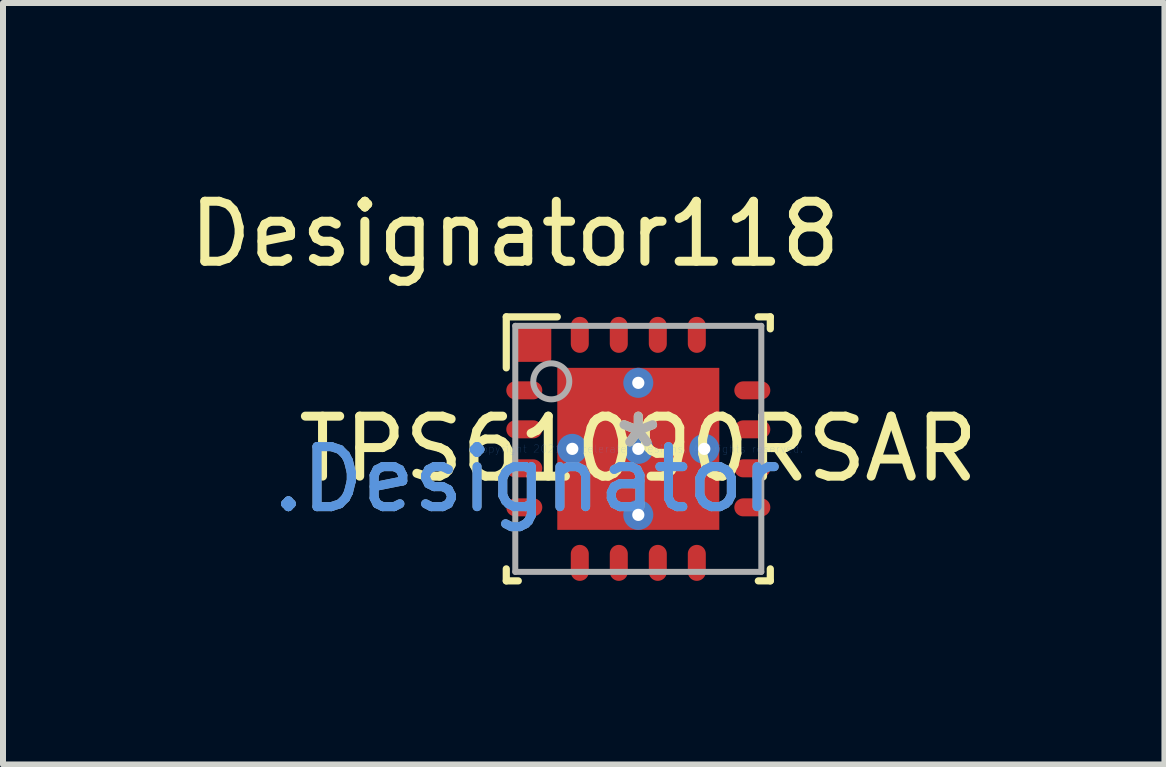
<source format=kicad_pcb>
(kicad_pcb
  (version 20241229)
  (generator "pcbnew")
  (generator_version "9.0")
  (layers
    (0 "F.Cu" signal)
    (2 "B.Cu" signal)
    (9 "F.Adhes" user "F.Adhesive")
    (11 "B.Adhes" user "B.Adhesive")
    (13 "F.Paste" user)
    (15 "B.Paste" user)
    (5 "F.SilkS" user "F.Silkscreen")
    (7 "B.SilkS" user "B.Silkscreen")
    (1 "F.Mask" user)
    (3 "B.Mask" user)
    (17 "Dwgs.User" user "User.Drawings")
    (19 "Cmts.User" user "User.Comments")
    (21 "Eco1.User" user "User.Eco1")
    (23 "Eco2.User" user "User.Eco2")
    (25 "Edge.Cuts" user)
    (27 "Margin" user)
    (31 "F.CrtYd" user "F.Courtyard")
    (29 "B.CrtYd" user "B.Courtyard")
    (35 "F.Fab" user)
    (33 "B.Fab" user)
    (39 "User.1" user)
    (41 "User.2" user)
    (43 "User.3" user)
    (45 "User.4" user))
  (footprint "TPS61090RSAR"
    (layer "F.Cu")
    (at 7.587 4.43)
    (property "Reference" "TPS61090RSAR" (at 0 0 0) (layer "F.SilkS") (effects (font (size 1 1) (thickness 0.15))))
    (attr through_hole)
    (fp_poly (pts (xy -2 -1.5) (xy -1.5 -1.5) (xy -1.5 -2) (xy -2 -2)) (stroke (width 0.1) (type solid)) (fill yes) (layer "F.Cu"))
    (fp_line (start -2.2 -2.2) (end -1.35 -2.2) (stroke (width 0.12) (type solid)) (layer "F.SilkS"))
    (fp_line (start -2.2 -1.35) (end -2.2 -2.2) (stroke (width 0.12) (type solid)) (layer "F.SilkS"))
    (fp_line (start -2.2 2.2) (end -2.2 2) (stroke (width 0.12) (type solid)) (layer "F.SilkS"))
    (fp_line (start -2.2 2.2) (end -2 2.2) (stroke (width 0.12) (type solid)) (layer "F.SilkS"))
    (fp_line (start 2 -2.2) (end 2.2 -2.2) (stroke (width 0.12) (type solid)) (layer "F.SilkS"))
    (fp_line (start 2 2.2) (end 2.2 2.2) (stroke (width 0.12) (type solid)) (layer "F.SilkS"))
    (fp_line (start 2.2 -2) (end 2.2 -2.2) (stroke (width 0.12) (type solid)) (layer "F.SilkS"))
    (fp_line (start 2.2 2.2) (end 2.2 2) (stroke (width 0.12) (type solid)) (layer "F.SilkS"))
    (fp_poly (pts (xy -0.1 -1.288) (xy -1.288 -1.288) (xy -1.288 -0.1) (xy -0.1 -0.1)) (stroke (width 0.1) (type solid)) (fill yes) (layer "F.Paste"))
    (fp_poly (pts (xy -0.1 0.1) (xy -1.288 0.1) (xy -1.288 1.288) (xy -0.1 1.288)) (stroke (width 0.1) (type solid)) (fill yes) (layer "F.Paste"))
    (fp_poly (pts (xy 0.1 -0.1) (xy 1.288 -0.1) (xy 1.288 -1.288) (xy 0.1 -1.288)) (stroke (width 0.1) (type solid)) (fill yes) (layer "F.Paste"))
    (fp_poly (pts (xy 0.1 1.288) (xy 1.288 1.288) (xy 1.288 0.1) (xy 0.1 0.1)) (stroke (width 0.1) (type solid)) (fill yes) (layer "F.Paste"))
    (fp_line (start -2.05 -2.05) (end 2.05 -2.05) (stroke (width 0.1) (type solid)) (layer "F.Fab"))
    (fp_line (start -2.05 2.05) (end -2.05 -2.05) (stroke (width 0.1) (type solid)) (layer "F.Fab"))
    (fp_line (start -2.05 2.05) (end 2.05 2.05) (stroke (width 0.1) (type solid)) (layer "F.Fab"))
    (fp_line (start 2.05 2.05) (end 2.05 -2.05) (stroke (width 0.1) (type solid)) (layer "F.Fab"))
    (fp_circle (center -1.45 -1.125) (end -1.15 -1.125) (stroke (width 0.1) (type solid)) (fill no) (layer "F.Fab"))
    (fp_text user "*" (at 0 0 0) (layer "F.SilkS") (effects (font (size 1 1) (thickness 0.15))))
    (fp_text user "Designator118" (at -2.057 -3.581 0) (layer "F.SilkS") (effects (font (size 1 1) (thickness 0.15))))
    (fp_text user "Copyright 2021 Accelerated Designs. All rights reserved." (at 0 0 0) (layer "Cmts.User") (effects (font (size 0.127 0.127) (thickness 0.002))))
    (fp_text user ".Designator" (at -1.854 0.508 0) (layer "Cmts.User") (effects (font (size 1 1) (thickness 0.15))))
    (fp_text user "*" (at 0 0 0) (layer "F.Fab") (effects (font (size 1 1) (thickness 0.15))))
    (fp_text user ".Designator" (at -1.854 0.508 0) (layer "F.Fab") (effects (font (size 1 1) (thickness 0.15))))
    (pad "1" smd oval (at -1.9 -0.975 90) (size 0.3 0.6) (layers "F.Cu" "F.Mask" "F.Paste"))
    (pad "2" smd oval (at -1.9 -0.325 90) (size 0.3 0.6) (layers "F.Cu" "F.Mask" "F.Paste"))
    (pad "3" smd oval (at -1.9 0.325 90) (size 0.3 0.6) (layers "F.Cu" "F.Mask" "F.Paste"))
    (pad "4" smd oval (at -1.9 0.975 90) (size 0.3 0.6) (layers "F.Cu" "F.Mask" "F.Paste"))
    (pad "5" smd oval (at -0.975 1.9) (size 0.3 0.6) (layers "F.Cu" "F.Mask" "F.Paste"))
    (pad "6" smd oval (at -0.325 1.9) (size 0.3 0.6) (layers "F.Cu" "F.Mask" "F.Paste"))
    (pad "7" smd oval (at 0.325 1.9) (size 0.3 0.6) (layers "F.Cu" "F.Mask" "F.Paste"))
    (pad "8" smd oval (at 0.975 1.9) (size 0.3 0.6) (layers "F.Cu" "F.Mask" "F.Paste"))
    (pad "9" smd oval (at 1.9 0.975 90) (size 0.3 0.6) (layers "F.Cu" "F.Mask" "F.Paste"))
    (pad "10" smd oval (at 1.9 0.325 90) (size 0.3 0.6) (layers "F.Cu" "F.Mask" "F.Paste"))
    (pad "11" smd oval (at 1.9 -0.325 90) (size 0.3 0.6) (layers "F.Cu" "F.Mask" "F.Paste"))
    (pad "12" smd oval (at 1.9 -0.975 90) (size 0.3 0.6) (layers "F.Cu" "F.Mask" "F.Paste"))
    (pad "13" smd oval (at 0.975 -1.9) (size 0.3 0.6) (layers "F.Cu" "F.Mask" "F.Paste"))
    (pad "14" smd oval (at 0.325 -1.9) (size 0.3 0.6) (layers "F.Cu" "F.Mask" "F.Paste"))
    (pad "15" smd oval (at -0.325 -1.9) (size 0.3 0.6) (layers "F.Cu" "F.Mask" "F.Paste"))
    (pad "16" smd oval (at -0.975 -1.9) (size 0.3 0.6) (layers "F.Cu" "F.Mask" "F.Paste"))
    (pad "17" smd rect (at 0 0) (size 2.7 2.7) (layers "F.Cu" "F.Mask"))
    (pad "V" thru_hole circle (at -1.1 0) (size 0.5 0.5) (drill 0.203) (layers "*.Cu" "*.Mask"))
    (pad "V" thru_hole circle (at 0 -1.1) (size 0.5 0.5) (drill 0.203) (layers "*.Cu" "*.Mask"))
    (pad "V" thru_hole circle (at 0 0) (size 0.5 0.5) (drill 0.203) (layers "*.Cu" "*.Mask"))
    (pad "V" thru_hole circle (at 0 1.1) (size 0.5 0.5) (drill 0.203) (layers "*.Cu" "*.Mask"))
    (pad "V" thru_hole circle (at 1.1 0) (size 0.5 0.5) (drill 0.203) (layers "*.Cu" "*.Mask")))
  (gr_rect
    (start -3 -3)
    (end 16.355 9.69)
    (stroke (width 0.1) (type default))
    (fill no)
    (layer "Edge.Cuts")))
</source>
